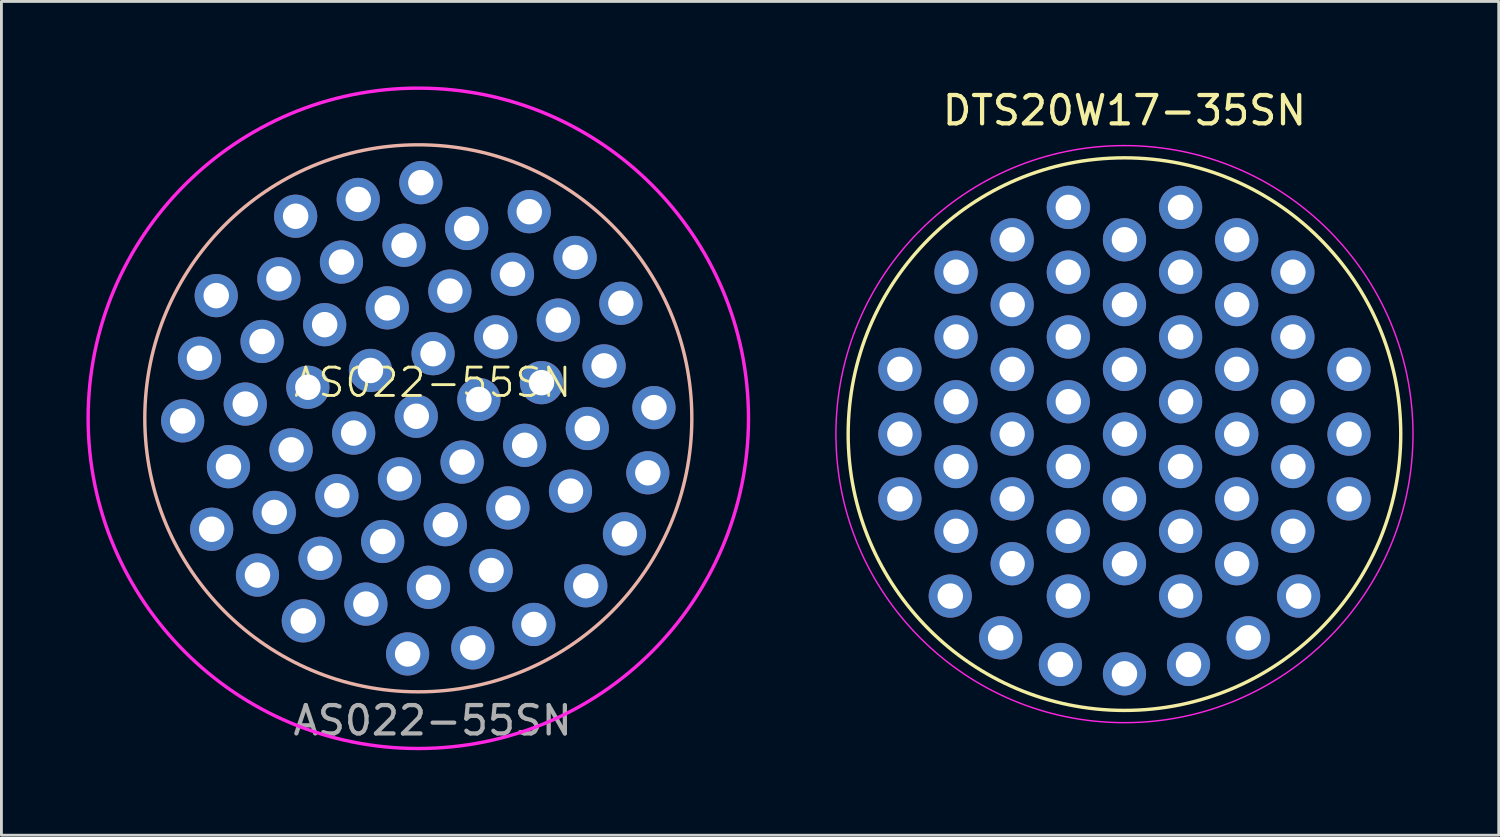
<source format=kicad_pcb>
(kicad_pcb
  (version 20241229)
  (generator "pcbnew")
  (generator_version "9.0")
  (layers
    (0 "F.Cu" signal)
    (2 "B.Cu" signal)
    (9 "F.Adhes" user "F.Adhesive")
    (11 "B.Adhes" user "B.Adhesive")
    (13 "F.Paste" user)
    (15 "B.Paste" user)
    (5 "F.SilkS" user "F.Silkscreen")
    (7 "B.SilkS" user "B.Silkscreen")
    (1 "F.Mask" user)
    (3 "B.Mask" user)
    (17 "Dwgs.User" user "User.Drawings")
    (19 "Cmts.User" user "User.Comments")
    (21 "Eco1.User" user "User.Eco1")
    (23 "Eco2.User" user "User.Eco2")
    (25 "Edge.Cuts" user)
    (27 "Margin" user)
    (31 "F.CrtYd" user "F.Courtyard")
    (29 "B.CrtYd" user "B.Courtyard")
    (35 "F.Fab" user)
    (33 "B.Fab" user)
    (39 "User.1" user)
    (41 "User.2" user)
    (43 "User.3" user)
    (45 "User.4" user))
  (footprint "AS022-55SN"
    (layer "F.Cu")
    (at 12.217 10.947)
    (property "Reference" "AS022-55SN" (at 0 -0.5 0) (unlocked yes) (layer "F.SilkS") (effects (font (size 1 1) (thickness 0.1))))
    (attr through_hole)
    (fp_circle (center -0.505 0.765) (end 6.32 7.59) (stroke (width 0.12) (type solid)) (fill no) (layer "B.SilkS"))
    (fp_circle (center -0.505 0.765) (end 11.147 0.765) (stroke (width 0.12) (type solid)) (fill no) (layer "F.CrtYd"))
    (fp_text user "${REFERENCE}" (at 0 11.43 0) (unlocked yes) (layer "F.Fab") (effects (font (size 1 1) (thickness 0.15))))
    (pad "1" thru_hole circle (at 6.643 -3.294 225) (size 1.524 1.524) (drill 0.9) (layers "*.Cu" "*.Mask"))
    (pad "2" thru_hole circle (at 5.027 -4.911 225) (size 1.524 1.524) (drill 0.9) (layers "*.Cu" "*.Mask"))
    (pad "3" thru_hole circle (at 3.41 -6.527 225) (size 1.524 1.524) (drill 0.9) (layers "*.Cu" "*.Mask"))
    (pad "4" thru_hole circle (at 7.81 0.388 225) (size 1.524 1.524) (drill 0.9) (layers "*.Cu" "*.Mask"))
    (pad "5" thru_hole circle (at 6.05 -1.085 225) (size 1.524 1.524) (drill 0.9) (layers "*.Cu" "*.Mask"))
    (pad "6" thru_hole circle (at 4.434 -2.702 225) (size 1.524 1.524) (drill 0.9) (layers "*.Cu" "*.Mask"))
    (pad "7" thru_hole circle (at 2.817 -4.318 225) (size 1.524 1.524) (drill 0.9) (layers "*.Cu" "*.Mask"))
    (pad "8" thru_hole circle (at 1.201 -5.935 225) (size 1.524 1.524) (drill 0.9) (layers "*.Cu" "*.Mask"))
    (pad "9" thru_hole circle (at -0.415 -7.551 225) (size 1.524 1.524) (drill 0.9) (layers "*.Cu" "*.Mask"))
    (pad "10" thru_hole circle (at 7.595 2.687 225) (size 1.524 1.524) (drill 0.9) (layers "*.Cu" "*.Mask"))
    (pad "11" thru_hole circle (at 5.458 1.124 225) (size 1.524 1.524) (drill 0.9) (layers "*.Cu" "*.Mask"))
    (pad "12" thru_hole circle (at 3.841 -0.493 225) (size 1.524 1.524) (drill 0.9) (layers "*.Cu" "*.Mask"))
    (pad "13" thru_hole circle (at 2.225 -2.109 225) (size 1.524 1.524) (drill 0.9) (layers "*.Cu" "*.Mask"))
    (pad "14" thru_hole circle (at 0.608 -3.725 225) (size 1.524 1.524) (drill 0.9) (layers "*.Cu" "*.Mask"))
    (pad "15" thru_hole circle (at -1.008 -5.342 225) (size 1.524 1.524) (drill 0.9) (layers "*.Cu" "*.Mask"))
    (pad "16" thru_hole circle (at -2.625 -6.958 225) (size 1.524 1.524) (drill 0.9) (layers "*.Cu" "*.Mask"))
    (pad "17" thru_hole circle (at 6.769 4.842 225) (size 1.524 1.524) (drill 0.9) (layers "*.Cu" "*.Mask"))
    (pad "18" thru_hole circle (at 4.865 3.333 225) (size 1.524 1.524) (drill 0.9) (layers "*.Cu" "*.Mask"))
    (pad "19" thru_hole circle (at 3.248 1.717 225) (size 1.524 1.524) (drill 0.9) (layers "*.Cu" "*.Mask"))
    (pad "20" thru_hole circle (at 1.632 0.1 225) (size 1.524 1.524) (drill 0.9) (layers "*.Cu" "*.Mask"))
    (pad "21" thru_hole circle (at 0.016 -1.516 225) (size 1.524 1.524) (drill 0.9) (layers "*.Cu" "*.Mask"))
    (pad "22" thru_hole circle (at -1.601 -3.133 225) (size 1.524 1.524) (drill 0.9) (layers "*.Cu" "*.Mask"))
    (pad "23" thru_hole circle (at -3.217 -4.749 225) (size 1.524 1.524) (drill 0.9) (layers "*.Cu" "*.Mask"))
    (pad "24" thru_hole circle (at -4.834 -6.366 225) (size 1.524 1.524) (drill 0.9) (layers "*.Cu" "*.Mask"))
    (pad "25" thru_hole circle (at 5.404 6.674 225) (size 1.524 1.524) (drill 0.9) (layers "*.Cu" "*.Mask"))
    (pad "26" thru_hole circle (at 2.656 3.926 225) (size 1.524 1.524) (drill 0.9) (layers "*.Cu" "*.Mask"))
    (pad "27" thru_hole circle (at 1.039 2.309 225) (size 1.524 1.524) (drill 0.9) (layers "*.Cu" "*.Mask"))
    (pad "28" thru_hole circle (at -0.577 0.693 225) (size 1.524 1.524) (drill 0.9) (layers "*.Cu" "*.Mask"))
    (pad "29" thru_hole circle (at -2.194 -0.924 225) (size 1.524 1.524) (drill 0.9) (layers "*.Cu" "*.Mask"))
    (pad "30" thru_hole circle (at -3.81 -2.54 225) (size 1.524 1.524) (drill 0.9) (layers "*.Cu" "*.Mask"))
    (pad "31" thru_hole circle (at -5.426 -4.156 225) (size 1.524 1.524) (drill 0.9) (layers "*.Cu" "*.Mask"))
    (pad "32" thru_hole circle (at 3.572 8.039 225) (size 1.524 1.524) (drill 0.9) (layers "*.Cu" "*.Mask"))
    (pad "33" thru_hole circle (at 2.063 6.135 225) (size 1.524 1.524) (drill 0.9) (layers "*.Cu" "*.Mask"))
    (pad "34" thru_hole circle (at 0.447 4.518 225) (size 1.524 1.524) (drill 0.9) (layers "*.Cu" "*.Mask"))
    (pad "35" thru_hole circle (at -1.17 2.902 225) (size 1.524 1.524) (drill 0.9) (layers "*.Cu" "*.Mask"))
    (pad "36" thru_hole circle (at -2.786 1.286 225) (size 1.524 1.524) (drill 0.9) (layers "*.Cu" "*.Mask"))
    (pad "37" thru_hole circle (at -4.403 -0.331 225) (size 1.524 1.524) (drill 0.9) (layers "*.Cu" "*.Mask"))
    (pad "38" thru_hole circle (at -6.019 -1.947 225) (size 1.524 1.524) (drill 0.9) (layers "*.Cu" "*.Mask"))
    (pad "39" thru_hole circle (at -7.636 -3.564 225) (size 1.524 1.524) (drill 0.9) (layers "*.Cu" "*.Mask"))
    (pad "40" thru_hole circle (at 1.417 8.865 225) (size 1.524 1.524) (drill 0.9) (layers "*.Cu" "*.Mask"))
    (pad "41" thru_hole circle (at -0.146 6.728 225) (size 1.524 1.524) (drill 0.9) (layers "*.Cu" "*.Mask"))
    (pad "42" thru_hole circle (at -1.763 5.111 225) (size 1.524 1.524) (drill 0.9) (layers "*.Cu" "*.Mask"))
    (pad "43" thru_hole circle (at -3.379 3.495 225) (size 1.524 1.524) (drill 0.9) (layers "*.Cu" "*.Mask"))
    (pad "44" thru_hole circle (at -4.995 1.878 225) (size 1.524 1.524) (drill 0.9) (layers "*.Cu" "*.Mask"))
    (pad "45" thru_hole circle (at -6.612 0.262 225) (size 1.524 1.524) (drill 0.9) (layers "*.Cu" "*.Mask"))
    (pad "46" thru_hole circle (at -8.228 -1.355 225) (size 1.524 1.524) (drill 0.9) (layers "*.Cu" "*.Mask"))
    (pad "47" thru_hole circle (at -0.882 9.08 225) (size 1.524 1.524) (drill 0.9) (layers "*.Cu" "*.Mask"))
    (pad "48" thru_hole circle (at -2.355 7.32 225) (size 1.524 1.524) (drill 0.9) (layers "*.Cu" "*.Mask"))
    (pad "49" thru_hole circle (at -3.972 5.704 225) (size 1.524 1.524) (drill 0.9) (layers "*.Cu" "*.Mask"))
    (pad "50" thru_hole circle (at -5.588 4.087 225) (size 1.524 1.524) (drill 0.9) (layers "*.Cu" "*.Mask"))
    (pad "51" thru_hole circle (at -7.205 2.471 225) (size 1.524 1.524) (drill 0.9) (layers "*.Cu" "*.Mask"))
    (pad "52" thru_hole circle (at -8.821 0.855 225) (size 1.524 1.524) (drill 0.9) (layers "*.Cu" "*.Mask"))
    (pad "53" thru_hole circle (at -4.564 7.913 225) (size 1.524 1.524) (drill 0.9) (layers "*.Cu" "*.Mask"))
    (pad "54" thru_hole circle (at -6.181 6.297 225) (size 1.524 1.524) (drill 0.9) (layers "*.Cu" "*.Mask"))
    (pad "55" thru_hole circle (at -7.797 4.68 225) (size 1.524 1.524) (drill 0.9) (layers "*.Cu" "*.Mask")))
  (footprint "DTS20W17-35SN"
    (layer "F.Cu")
    (at 36.631 12.27)
    (property "Reference" "DTS20W17-35SN" (at 0 -11.422 180) (layer "F.SilkS") (effects (font (size 1 1) (thickness 0.15))))
    (attr through_hole)
    (fp_circle (center 0 0) (end 9.75 0) (stroke (width 0.12) (type solid)) (fill no) (layer "F.SilkS"))
    (fp_circle (center 0 0) (end 7.2 7.2) (stroke (width 0.05) (type default)) (fill no) (layer "F.CrtYd"))
    (pad "1" thru_hole circle (at -7.925 2.286) (size 1.524 1.524) (drill 0.9) (layers "*.Cu" "*.Mask"))
    (pad "2" thru_hole circle (at -7.925 0) (size 1.524 1.524) (drill 0.9) (layers "*.Cu" "*.Mask"))
    (pad "3" thru_hole circle (at -7.925 -2.286) (size 1.524 1.524) (drill 0.9) (layers "*.Cu" "*.Mask"))
    (pad "4" thru_hole circle (at -6.147 5.715) (size 1.524 1.524) (drill 0.9) (layers "*.Cu" "*.Mask"))
    (pad "5" thru_hole circle (at -5.944 3.429) (size 1.524 1.524) (drill 0.9) (layers "*.Cu" "*.Mask"))
    (pad "6" thru_hole circle (at -5.944 1.143) (size 1.524 1.524) (drill 0.9) (layers "*.Cu" "*.Mask"))
    (pad "7" thru_hole circle (at -5.944 -1.143) (size 1.524 1.524) (drill 0.9) (layers "*.Cu" "*.Mask"))
    (pad "8" thru_hole circle (at -5.944 -3.429) (size 1.524 1.524) (drill 0.9) (layers "*.Cu" "*.Mask"))
    (pad "9" thru_hole circle (at -5.944 -5.715) (size 1.524 1.524) (drill 0.9) (layers "*.Cu" "*.Mask"))
    (pad "10" thru_hole circle (at -4.369 7.188) (size 1.524 1.524) (drill 0.9) (layers "*.Cu" "*.Mask"))
    (pad "11" thru_hole circle (at -3.962 4.572) (size 1.524 1.524) (drill 0.9) (layers "*.Cu" "*.Mask"))
    (pad "12" thru_hole circle (at -3.962 2.286) (size 1.524 1.524) (drill 0.9) (layers "*.Cu" "*.Mask"))
    (pad "13" thru_hole circle (at -3.962 0) (size 1.524 1.524) (drill 0.9) (layers "*.Cu" "*.Mask"))
    (pad "14" thru_hole circle (at -3.962 -2.286) (size 1.524 1.524) (drill 0.9) (layers "*.Cu" "*.Mask"))
    (pad "15" thru_hole circle (at -3.962 -4.572) (size 1.524 1.524) (drill 0.9) (layers "*.Cu" "*.Mask"))
    (pad "16" thru_hole circle (at -3.962 -6.858) (size 1.524 1.524) (drill 0.9) (layers "*.Cu" "*.Mask"))
    (pad "17" thru_hole circle (at -2.261 8.128) (size 1.524 1.524) (drill 0.9) (layers "*.Cu" "*.Mask"))
    (pad "18" thru_hole circle (at -1.981 5.715) (size 1.524 1.524) (drill 0.9) (layers "*.Cu" "*.Mask"))
    (pad "19" thru_hole circle (at -1.981 3.429) (size 1.524 1.524) (drill 0.9) (layers "*.Cu" "*.Mask"))
    (pad "20" thru_hole circle (at -1.981 1.143) (size 1.524 1.524) (drill 0.9) (layers "*.Cu" "*.Mask"))
    (pad "21" thru_hole circle (at -1.981 -1.143) (size 1.524 1.524) (drill 0.9) (layers "*.Cu" "*.Mask"))
    (pad "22" thru_hole circle (at -1.981 -3.429) (size 1.524 1.524) (drill 0.9) (layers "*.Cu" "*.Mask"))
    (pad "23" thru_hole circle (at -1.981 -5.715) (size 1.524 1.524) (drill 0.9) (layers "*.Cu" "*.Mask"))
    (pad "24" thru_hole circle (at -1.981 -8.001) (size 1.524 1.524) (drill 0.9) (layers "*.Cu" "*.Mask"))
    (pad "25" thru_hole circle (at 0 8.458) (size 1.524 1.524) (drill 0.9) (layers "*.Cu" "*.Mask"))
    (pad "26" thru_hole circle (at 0 4.572) (size 1.524 1.524) (drill 0.9) (layers "*.Cu" "*.Mask"))
    (pad "27" thru_hole circle (at 0 2.286) (size 1.524 1.524) (drill 0.9) (layers "*.Cu" "*.Mask"))
    (pad "28" thru_hole circle (at 0 0) (size 1.524 1.524) (drill 0.9) (layers "*.Cu" "*.Mask"))
    (pad "29" thru_hole circle (at 0 -2.286) (size 1.524 1.524) (drill 0.9) (layers "*.Cu" "*.Mask"))
    (pad "30" thru_hole circle (at 0 -4.572) (size 1.524 1.524) (drill 0.9) (layers "*.Cu" "*.Mask"))
    (pad "31" thru_hole circle (at 0 -6.858) (size 1.524 1.524) (drill 0.9) (layers "*.Cu" "*.Mask"))
    (pad "32" thru_hole circle (at 2.261 8.128) (size 1.524 1.524) (drill 0.9) (layers "*.Cu" "*.Mask"))
    (pad "33" thru_hole circle (at 1.981 5.715) (size 1.524 1.524) (drill 0.9) (layers "*.Cu" "*.Mask"))
    (pad "34" thru_hole circle (at 1.981 3.429) (size 1.524 1.524) (drill 0.9) (layers "*.Cu" "*.Mask"))
    (pad "35" thru_hole circle (at 1.981 1.143) (size 1.524 1.524) (drill 0.9) (layers "*.Cu" "*.Mask"))
    (pad "36" thru_hole circle (at 1.981 -1.143) (size 1.524 1.524) (drill 0.9) (layers "*.Cu" "*.Mask"))
    (pad "37" thru_hole circle (at 1.981 -3.429) (size 1.524 1.524) (drill 0.9) (layers "*.Cu" "*.Mask"))
    (pad "38" thru_hole circle (at 1.981 -5.715) (size 1.524 1.524) (drill 0.9) (layers "*.Cu" "*.Mask"))
    (pad "39" thru_hole circle (at 1.981 -8.001) (size 1.524 1.524) (drill 0.9) (layers "*.Cu" "*.Mask"))
    (pad "40" thru_hole circle (at 4.369 7.188) (size 1.524 1.524) (drill 0.9) (layers "*.Cu" "*.Mask"))
    (pad "41" thru_hole circle (at 3.962 4.572) (size 1.524 1.524) (drill 0.9) (layers "*.Cu" "*.Mask"))
    (pad "42" thru_hole circle (at 3.962 2.286) (size 1.524 1.524) (drill 0.9) (layers "*.Cu" "*.Mask"))
    (pad "43" thru_hole circle (at 3.962 0) (size 1.524 1.524) (drill 0.9) (layers "*.Cu" "*.Mask"))
    (pad "44" thru_hole circle (at 3.962 -2.286) (size 1.524 1.524) (drill 0.9) (layers "*.Cu" "*.Mask"))
    (pad "45" thru_hole circle (at 3.962 -4.572) (size 1.524 1.524) (drill 0.9) (layers "*.Cu" "*.Mask"))
    (pad "46" thru_hole circle (at 3.962 -6.858) (size 1.524 1.524) (drill 0.9) (layers "*.Cu" "*.Mask"))
    (pad "47" thru_hole circle (at 6.147 5.715) (size 1.524 1.524) (drill 0.9) (layers "*.Cu" "*.Mask"))
    (pad "48" thru_hole circle (at 5.944 3.429) (size 1.524 1.524) (drill 0.9) (layers "*.Cu" "*.Mask"))
    (pad "49" thru_hole circle (at 5.944 1.143) (size 1.524 1.524) (drill 0.9) (layers "*.Cu" "*.Mask"))
    (pad "50" thru_hole circle (at 5.944 -1.143) (size 1.524 1.524) (drill 0.9) (layers "*.Cu" "*.Mask"))
    (pad "51" thru_hole circle (at 5.944 -3.429) (size 1.524 1.524) (drill 0.9) (layers "*.Cu" "*.Mask"))
    (pad "52" thru_hole circle (at 5.944 -5.715) (size 1.524 1.524) (drill 0.9) (layers "*.Cu" "*.Mask"))
    (pad "53" thru_hole circle (at 7.925 2.286) (size 1.524 1.524) (drill 0.9) (layers "*.Cu" "*.Mask"))
    (pad "54" thru_hole circle (at 7.925 0) (size 1.524 1.524) (drill 0.9) (layers "*.Cu" "*.Mask"))
    (pad "55" thru_hole circle (at 7.925 -2.286) (size 1.524 1.524) (drill 0.9) (layers "*.Cu" "*.Mask")))
  (gr_rect
    (start -3 -3)
    (end 49.839 26.424)
    (stroke (width 0.1) (type default))
    (fill no)
    (layer "Edge.Cuts")))
</source>
